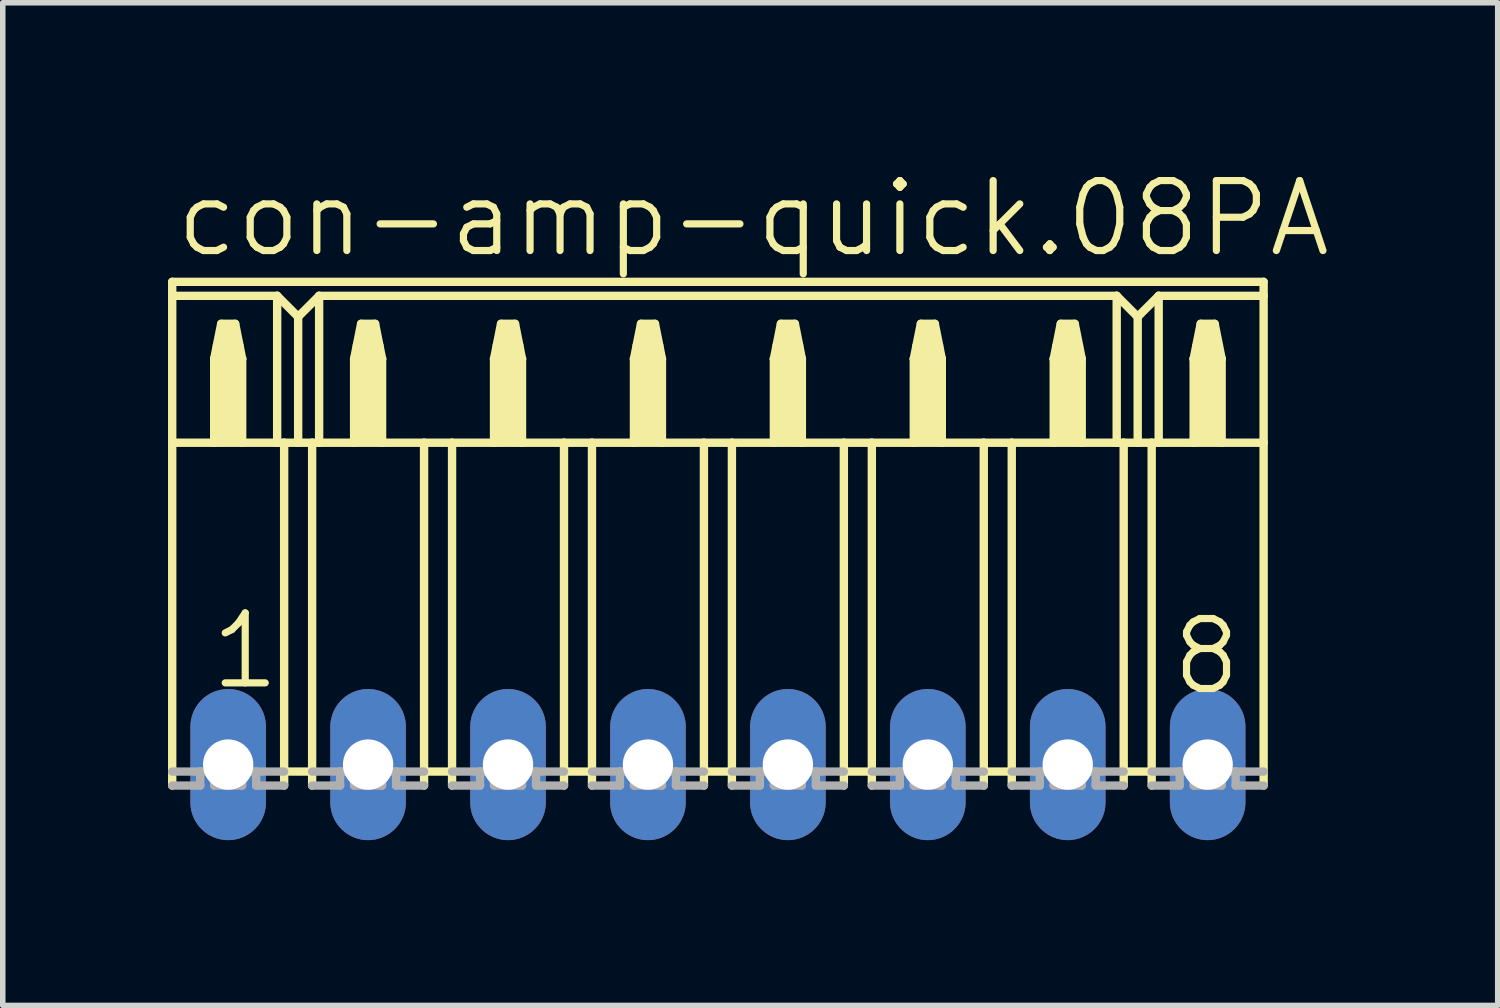
<source format=kicad_pcb>
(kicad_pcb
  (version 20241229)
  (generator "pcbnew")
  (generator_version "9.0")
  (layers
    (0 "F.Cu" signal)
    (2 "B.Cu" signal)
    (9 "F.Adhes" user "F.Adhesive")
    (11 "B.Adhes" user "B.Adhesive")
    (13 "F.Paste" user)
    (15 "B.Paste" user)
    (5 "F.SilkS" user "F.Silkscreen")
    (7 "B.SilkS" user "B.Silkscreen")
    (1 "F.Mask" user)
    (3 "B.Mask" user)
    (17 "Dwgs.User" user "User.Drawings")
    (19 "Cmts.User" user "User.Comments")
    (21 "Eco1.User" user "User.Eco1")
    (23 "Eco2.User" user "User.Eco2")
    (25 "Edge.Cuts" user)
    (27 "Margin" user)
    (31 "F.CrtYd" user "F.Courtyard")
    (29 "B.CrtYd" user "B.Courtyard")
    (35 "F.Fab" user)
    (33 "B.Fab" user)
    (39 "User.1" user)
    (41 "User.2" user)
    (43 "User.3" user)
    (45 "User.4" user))
  (footprint "con-amp-quick.08PA"
    (layer "F.Cu")
    (at 9.982 10.829)
    (property "Reference" "con-amp-quick.08PA" (at -9.906 -9.169 0) (layer "F.SilkS") (effects (font (size 1.27 1.27) (thickness 0.13)) (justify left bottom)))
    (attr through_hole)
    (fp_line (start -9.906 -8.763) (end -9.906 -8.509) (stroke (width 0.152) (type default)) (layer "F.SilkS"))
    (fp_line (start -9.906 -8.763) (end 9.906 -8.763) (stroke (width 0.152) (type default)) (layer "F.SilkS"))
    (fp_line (start -9.906 -8.509) (end -9.906 -5.842) (stroke (width 0.152) (type default)) (layer "F.SilkS"))
    (fp_line (start -9.906 -8.509) (end -8.001 -8.509) (stroke (width 0.152) (type default)) (layer "F.SilkS"))
    (fp_line (start -9.906 -5.842) (end -9.906 0.381) (stroke (width 0.152) (type default)) (layer "F.SilkS"))
    (fp_line (start -9.906 -5.842) (end -9.144 -5.842) (stroke (width 0.152) (type default)) (layer "F.SilkS"))
    (fp_line (start -9.144 -7.366) (end -9.144 -5.842) (stroke (width 0.152) (type default)) (layer "F.SilkS"))
    (fp_line (start -9.144 -7.366) (end -9.017 -8.001) (stroke (width 0.152) (type default)) (layer "F.SilkS"))
    (fp_line (start -9.144 -5.842) (end -8.636 -5.842) (stroke (width 0.152) (type default)) (layer "F.SilkS"))
    (fp_line (start -9.017 -8.001) (end -8.763 -8.001) (stroke (width 0.152) (type default)) (layer "F.SilkS"))
    (fp_line (start -8.763 -8.001) (end -8.636 -7.366) (stroke (width 0.152) (type default)) (layer "F.SilkS"))
    (fp_line (start -8.636 -7.366) (end -9.144 -7.366) (stroke (width 0.152) (type default)) (layer "F.SilkS"))
    (fp_line (start -8.636 -7.366) (end -8.636 -5.842) (stroke (width 0.152) (type default)) (layer "F.SilkS"))
    (fp_line (start -8.636 -5.842) (end -8.001 -5.842) (stroke (width 0.152) (type default)) (layer "F.SilkS"))
    (fp_line (start -8.001 -8.509) (end -8.001 -5.842) (stroke (width 0.152) (type default)) (layer "F.SilkS"))
    (fp_line (start -8.001 -8.509) (end -7.62 -8.128) (stroke (width 0.152) (type default)) (layer "F.SilkS"))
    (fp_line (start -8.001 -5.842) (end -7.874 -5.842) (stroke (width 0.152) (type default)) (layer "F.SilkS"))
    (fp_line (start -7.874 -5.842) (end -7.874 0.127) (stroke (width 0.152) (type default)) (layer "F.SilkS"))
    (fp_line (start -7.874 -5.842) (end -7.62 -5.842) (stroke (width 0.152) (type default)) (layer "F.SilkS"))
    (fp_line (start -7.874 0.127) (end -7.874 0.381) (stroke (width 0.152) (type default)) (layer "F.SilkS"))
    (fp_line (start -7.62 -8.128) (end -7.62 -5.842) (stroke (width 0.152) (type default)) (layer "F.SilkS"))
    (fp_line (start -7.62 -8.128) (end -7.239 -8.509) (stroke (width 0.152) (type default)) (layer "F.SilkS"))
    (fp_line (start -7.62 -5.842) (end -7.366 -5.842) (stroke (width 0.152) (type default)) (layer "F.SilkS"))
    (fp_line (start -7.366 -5.842) (end -7.366 0.127) (stroke (width 0.152) (type default)) (layer "F.SilkS"))
    (fp_line (start -7.366 -5.842) (end -7.239 -5.842) (stroke (width 0.152) (type default)) (layer "F.SilkS"))
    (fp_line (start -7.366 0.127) (end -7.874 0.127) (stroke (width 0.152) (type default)) (layer "F.SilkS"))
    (fp_line (start -7.366 0.127) (end -7.366 0.381) (stroke (width 0.152) (type default)) (layer "F.SilkS"))
    (fp_line (start -7.239 -8.509) (end -7.239 -5.842) (stroke (width 0.152) (type default)) (layer "F.SilkS"))
    (fp_line (start -7.239 -8.509) (end 7.239 -8.509) (stroke (width 0.152) (type default)) (layer "F.SilkS"))
    (fp_line (start -7.239 -5.842) (end -6.604 -5.842) (stroke (width 0.152) (type default)) (layer "F.SilkS"))
    (fp_line (start -6.604 -7.366) (end -6.604 -5.842) (stroke (width 0.152) (type default)) (layer "F.SilkS"))
    (fp_line (start -6.604 -7.366) (end -6.477 -8.001) (stroke (width 0.152) (type default)) (layer "F.SilkS"))
    (fp_line (start -6.604 -5.842) (end -6.096 -5.842) (stroke (width 0.152) (type default)) (layer "F.SilkS"))
    (fp_line (start -6.477 -8.001) (end -6.223 -8.001) (stroke (width 0.152) (type default)) (layer "F.SilkS"))
    (fp_line (start -6.223 -8.001) (end -6.096 -7.366) (stroke (width 0.152) (type default)) (layer "F.SilkS"))
    (fp_line (start -6.096 -7.366) (end -6.604 -7.366) (stroke (width 0.152) (type default)) (layer "F.SilkS"))
    (fp_line (start -6.096 -7.366) (end -6.096 -5.842) (stroke (width 0.152) (type default)) (layer "F.SilkS"))
    (fp_line (start -6.096 -5.842) (end -5.334 -5.842) (stroke (width 0.152) (type default)) (layer "F.SilkS"))
    (fp_line (start -5.334 -5.842) (end -5.334 0.127) (stroke (width 0.152) (type default)) (layer "F.SilkS"))
    (fp_line (start -5.334 -5.842) (end -4.826 -5.842) (stroke (width 0.152) (type default)) (layer "F.SilkS"))
    (fp_line (start -5.334 0.127) (end -5.334 0.381) (stroke (width 0.152) (type default)) (layer "F.SilkS"))
    (fp_line (start -4.826 -5.842) (end -4.826 0.127) (stroke (width 0.152) (type default)) (layer "F.SilkS"))
    (fp_line (start -4.826 -5.842) (end -4.064 -5.842) (stroke (width 0.152) (type default)) (layer "F.SilkS"))
    (fp_line (start -4.826 0.127) (end -5.334 0.127) (stroke (width 0.152) (type default)) (layer "F.SilkS"))
    (fp_line (start -4.826 0.127) (end -4.826 0.381) (stroke (width 0.152) (type default)) (layer "F.SilkS"))
    (fp_line (start -4.064 -7.366) (end -4.064 -5.842) (stroke (width 0.152) (type default)) (layer "F.SilkS"))
    (fp_line (start -4.064 -7.366) (end -3.937 -8.001) (stroke (width 0.152) (type default)) (layer "F.SilkS"))
    (fp_line (start -4.064 -5.842) (end -3.556 -5.842) (stroke (width 0.152) (type default)) (layer "F.SilkS"))
    (fp_line (start -3.937 -8.001) (end -3.683 -8.001) (stroke (width 0.152) (type default)) (layer "F.SilkS"))
    (fp_line (start -3.683 -8.001) (end -3.556 -7.366) (stroke (width 0.152) (type default)) (layer "F.SilkS"))
    (fp_line (start -3.556 -7.366) (end -4.064 -7.366) (stroke (width 0.152) (type default)) (layer "F.SilkS"))
    (fp_line (start -3.556 -7.366) (end -3.556 -5.842) (stroke (width 0.152) (type default)) (layer "F.SilkS"))
    (fp_line (start -3.556 -5.842) (end -2.794 -5.842) (stroke (width 0.152) (type default)) (layer "F.SilkS"))
    (fp_line (start -2.794 -5.842) (end -2.794 0.127) (stroke (width 0.152) (type default)) (layer "F.SilkS"))
    (fp_line (start -2.794 -5.842) (end -2.286 -5.842) (stroke (width 0.152) (type default)) (layer "F.SilkS"))
    (fp_line (start -2.794 0.127) (end -2.794 0.381) (stroke (width 0.152) (type default)) (layer "F.SilkS"))
    (fp_line (start -2.286 -5.842) (end -2.286 0.127) (stroke (width 0.152) (type default)) (layer "F.SilkS"))
    (fp_line (start -2.286 -5.842) (end -1.524 -5.842) (stroke (width 0.152) (type default)) (layer "F.SilkS"))
    (fp_line (start -2.286 0.127) (end -2.794 0.127) (stroke (width 0.152) (type default)) (layer "F.SilkS"))
    (fp_line (start -2.286 0.127) (end -2.286 0.381) (stroke (width 0.152) (type default)) (layer "F.SilkS"))
    (fp_line (start -1.524 -7.366) (end -1.524 -5.842) (stroke (width 0.152) (type default)) (layer "F.SilkS"))
    (fp_line (start -1.524 -7.366) (end -1.397 -8.001) (stroke (width 0.152) (type default)) (layer "F.SilkS"))
    (fp_line (start -1.524 -5.842) (end -1.016 -5.842) (stroke (width 0.152) (type default)) (layer "F.SilkS"))
    (fp_line (start -1.397 -8.001) (end -1.143 -8.001) (stroke (width 0.152) (type default)) (layer "F.SilkS"))
    (fp_line (start -1.143 -8.001) (end -1.016 -7.366) (stroke (width 0.152) (type default)) (layer "F.SilkS"))
    (fp_line (start -1.016 -7.366) (end -1.524 -7.366) (stroke (width 0.152) (type default)) (layer "F.SilkS"))
    (fp_line (start -1.016 -7.366) (end -1.016 -5.842) (stroke (width 0.152) (type default)) (layer "F.SilkS"))
    (fp_line (start -1.016 -5.842) (end -0.254 -5.842) (stroke (width 0.152) (type default)) (layer "F.SilkS"))
    (fp_line (start -0.254 -5.842) (end -0.254 0.127) (stroke (width 0.152) (type default)) (layer "F.SilkS"))
    (fp_line (start -0.254 -5.842) (end 0.254 -5.842) (stroke (width 0.152) (type default)) (layer "F.SilkS"))
    (fp_line (start -0.254 0.127) (end -0.254 0.381) (stroke (width 0.152) (type default)) (layer "F.SilkS"))
    (fp_line (start 0.254 -5.842) (end 0.254 0.127) (stroke (width 0.152) (type default)) (layer "F.SilkS"))
    (fp_line (start 0.254 -5.842) (end 1.016 -5.842) (stroke (width 0.152) (type default)) (layer "F.SilkS"))
    (fp_line (start 0.254 0.127) (end -0.254 0.127) (stroke (width 0.152) (type default)) (layer "F.SilkS"))
    (fp_line (start 0.254 0.127) (end 0.254 0.381) (stroke (width 0.152) (type default)) (layer "F.SilkS"))
    (fp_line (start 1.016 -7.366) (end 1.016 -5.842) (stroke (width 0.152) (type default)) (layer "F.SilkS"))
    (fp_line (start 1.016 -7.366) (end 1.143 -8.001) (stroke (width 0.152) (type default)) (layer "F.SilkS"))
    (fp_line (start 1.016 -5.842) (end 1.524 -5.842) (stroke (width 0.152) (type default)) (layer "F.SilkS"))
    (fp_line (start 1.143 -8.001) (end 1.397 -8.001) (stroke (width 0.152) (type default)) (layer "F.SilkS"))
    (fp_line (start 1.397 -8.001) (end 1.524 -7.366) (stroke (width 0.152) (type default)) (layer "F.SilkS"))
    (fp_line (start 1.524 -7.366) (end 1.016 -7.366) (stroke (width 0.152) (type default)) (layer "F.SilkS"))
    (fp_line (start 1.524 -7.366) (end 1.524 -5.842) (stroke (width 0.152) (type default)) (layer "F.SilkS"))
    (fp_line (start 1.524 -5.842) (end 2.286 -5.842) (stroke (width 0.152) (type default)) (layer "F.SilkS"))
    (fp_line (start 2.286 -5.842) (end 2.286 0.127) (stroke (width 0.152) (type default)) (layer "F.SilkS"))
    (fp_line (start 2.286 -5.842) (end 2.794 -5.842) (stroke (width 0.152) (type default)) (layer "F.SilkS"))
    (fp_line (start 2.286 0.127) (end 2.286 0.381) (stroke (width 0.152) (type default)) (layer "F.SilkS"))
    (fp_line (start 2.794 -5.842) (end 2.794 0.127) (stroke (width 0.152) (type default)) (layer "F.SilkS"))
    (fp_line (start 2.794 -5.842) (end 3.556 -5.842) (stroke (width 0.152) (type default)) (layer "F.SilkS"))
    (fp_line (start 2.794 0.127) (end 2.286 0.127) (stroke (width 0.152) (type default)) (layer "F.SilkS"))
    (fp_line (start 2.794 0.127) (end 2.794 0.381) (stroke (width 0.152) (type default)) (layer "F.SilkS"))
    (fp_line (start 3.556 -7.366) (end 3.556 -5.842) (stroke (width 0.152) (type default)) (layer "F.SilkS"))
    (fp_line (start 3.556 -7.366) (end 3.683 -8.001) (stroke (width 0.152) (type default)) (layer "F.SilkS"))
    (fp_line (start 3.556 -5.842) (end 4.064 -5.842) (stroke (width 0.152) (type default)) (layer "F.SilkS"))
    (fp_line (start 3.683 -8.001) (end 3.937 -8.001) (stroke (width 0.152) (type default)) (layer "F.SilkS"))
    (fp_line (start 3.937 -8.001) (end 4.064 -7.366) (stroke (width 0.152) (type default)) (layer "F.SilkS"))
    (fp_line (start 4.064 -7.366) (end 3.556 -7.366) (stroke (width 0.152) (type default)) (layer "F.SilkS"))
    (fp_line (start 4.064 -7.366) (end 4.064 -5.842) (stroke (width 0.152) (type default)) (layer "F.SilkS"))
    (fp_line (start 4.064 -5.842) (end 4.826 -5.842) (stroke (width 0.152) (type default)) (layer "F.SilkS"))
    (fp_line (start 4.826 -5.842) (end 4.826 0.127) (stroke (width 0.152) (type default)) (layer "F.SilkS"))
    (fp_line (start 4.826 -5.842) (end 5.334 -5.842) (stroke (width 0.152) (type default)) (layer "F.SilkS"))
    (fp_line (start 4.826 0.127) (end 4.826 0.381) (stroke (width 0.152) (type default)) (layer "F.SilkS"))
    (fp_line (start 5.334 -5.842) (end 5.334 0.127) (stroke (width 0.152) (type default)) (layer "F.SilkS"))
    (fp_line (start 5.334 -5.842) (end 6.096 -5.842) (stroke (width 0.152) (type default)) (layer "F.SilkS"))
    (fp_line (start 5.334 0.127) (end 4.826 0.127) (stroke (width 0.152) (type default)) (layer "F.SilkS"))
    (fp_line (start 5.334 0.127) (end 5.334 0.381) (stroke (width 0.152) (type default)) (layer "F.SilkS"))
    (fp_line (start 6.096 -7.366) (end 6.096 -5.842) (stroke (width 0.152) (type default)) (layer "F.SilkS"))
    (fp_line (start 6.096 -7.366) (end 6.223 -8.001) (stroke (width 0.152) (type default)) (layer "F.SilkS"))
    (fp_line (start 6.096 -5.842) (end 6.604 -5.842) (stroke (width 0.152) (type default)) (layer "F.SilkS"))
    (fp_line (start 6.223 -8.001) (end 6.477 -8.001) (stroke (width 0.152) (type default)) (layer "F.SilkS"))
    (fp_line (start 6.477 -8.001) (end 6.604 -7.366) (stroke (width 0.152) (type default)) (layer "F.SilkS"))
    (fp_line (start 6.604 -7.366) (end 6.096 -7.366) (stroke (width 0.152) (type default)) (layer "F.SilkS"))
    (fp_line (start 6.604 -7.366) (end 6.604 -5.842) (stroke (width 0.152) (type default)) (layer "F.SilkS"))
    (fp_line (start 6.604 -5.842) (end 7.239 -5.842) (stroke (width 0.152) (type default)) (layer "F.SilkS"))
    (fp_line (start 7.239 -8.509) (end 7.239 -5.842) (stroke (width 0.152) (type default)) (layer "F.SilkS"))
    (fp_line (start 7.239 -8.509) (end 7.62 -8.128) (stroke (width 0.152) (type default)) (layer "F.SilkS"))
    (fp_line (start 7.239 -5.842) (end 7.366 -5.842) (stroke (width 0.152) (type default)) (layer "F.SilkS"))
    (fp_line (start 7.366 -5.842) (end 7.366 0.127) (stroke (width 0.152) (type default)) (layer "F.SilkS"))
    (fp_line (start 7.366 -5.842) (end 7.62 -5.842) (stroke (width 0.152) (type default)) (layer "F.SilkS"))
    (fp_line (start 7.366 0.127) (end 7.366 0.381) (stroke (width 0.152) (type default)) (layer "F.SilkS"))
    (fp_line (start 7.62 -8.128) (end 7.62 -5.842) (stroke (width 0.152) (type default)) (layer "F.SilkS"))
    (fp_line (start 7.62 -8.128) (end 8.001 -8.509) (stroke (width 0.152) (type default)) (layer "F.SilkS"))
    (fp_line (start 7.62 -5.842) (end 7.874 -5.842) (stroke (width 0.152) (type default)) (layer "F.SilkS"))
    (fp_line (start 7.874 -5.842) (end 7.874 0.127) (stroke (width 0.152) (type default)) (layer "F.SilkS"))
    (fp_line (start 7.874 -5.842) (end 8.001 -5.842) (stroke (width 0.152) (type default)) (layer "F.SilkS"))
    (fp_line (start 7.874 0.127) (end 7.366 0.127) (stroke (width 0.152) (type default)) (layer "F.SilkS"))
    (fp_line (start 7.874 0.127) (end 7.874 0.381) (stroke (width 0.152) (type default)) (layer "F.SilkS"))
    (fp_line (start 8.001 -8.509) (end 8.001 -5.842) (stroke (width 0.152) (type default)) (layer "F.SilkS"))
    (fp_line (start 8.001 -8.509) (end 9.906 -8.509) (stroke (width 0.152) (type default)) (layer "F.SilkS"))
    (fp_line (start 8.001 -5.842) (end 8.636 -5.842) (stroke (width 0.152) (type default)) (layer "F.SilkS"))
    (fp_line (start 8.636 -7.366) (end 8.636 -5.842) (stroke (width 0.152) (type default)) (layer "F.SilkS"))
    (fp_line (start 8.636 -7.366) (end 8.763 -8.001) (stroke (width 0.152) (type default)) (layer "F.SilkS"))
    (fp_line (start 8.636 -5.842) (end 9.144 -5.842) (stroke (width 0.152) (type default)) (layer "F.SilkS"))
    (fp_line (start 8.763 -8.001) (end 9.017 -8.001) (stroke (width 0.152) (type default)) (layer "F.SilkS"))
    (fp_line (start 9.017 -8.001) (end 9.144 -7.366) (stroke (width 0.152) (type default)) (layer "F.SilkS"))
    (fp_line (start 9.144 -7.366) (end 8.636 -7.366) (stroke (width 0.152) (type default)) (layer "F.SilkS"))
    (fp_line (start 9.144 -7.366) (end 9.144 -5.842) (stroke (width 0.152) (type default)) (layer "F.SilkS"))
    (fp_line (start 9.144 -5.842) (end 9.906 -5.842) (stroke (width 0.152) (type default)) (layer "F.SilkS"))
    (fp_line (start 9.906 -8.509) (end 9.906 -8.763) (stroke (width 0.152) (type default)) (layer "F.SilkS"))
    (fp_line (start 9.906 -5.842) (end 9.906 -8.509) (stroke (width 0.152) (type default)) (layer "F.SilkS"))
    (fp_line (start 9.906 -5.842) (end 9.906 0.381) (stroke (width 0.152) (type default)) (layer "F.SilkS"))
    (fp_rect (start -9.144 -7.366) (end -9.017 -7.62) (stroke (width 0.05) (type default)) (fill yes) (layer "F.SilkS"))
    (fp_rect (start -9.144 -5.842) (end -8.636 -7.366) (stroke (width 0.05) (type default)) (fill yes) (layer "F.SilkS"))
    (fp_rect (start -9.017 -7.366) (end -8.763 -8.001) (stroke (width 0.05) (type default)) (fill yes) (layer "F.SilkS"))
    (fp_rect (start -8.763 -7.366) (end -8.636 -7.62) (stroke (width 0.05) (type default)) (fill yes) (layer "F.SilkS"))
    (fp_rect (start -6.604 -7.366) (end -6.477 -7.62) (stroke (width 0.05) (type default)) (fill yes) (layer "F.SilkS"))
    (fp_rect (start -6.604 -5.842) (end -6.096 -7.366) (stroke (width 0.05) (type default)) (fill yes) (layer "F.SilkS"))
    (fp_rect (start -6.477 -7.366) (end -6.223 -8.001) (stroke (width 0.05) (type default)) (fill yes) (layer "F.SilkS"))
    (fp_rect (start -6.223 -7.366) (end -6.096 -7.62) (stroke (width 0.05) (type default)) (fill yes) (layer "F.SilkS"))
    (fp_rect (start -4.064 -7.366) (end -3.937 -7.62) (stroke (width 0.05) (type default)) (fill yes) (layer "F.SilkS"))
    (fp_rect (start -4.064 -5.842) (end -3.556 -7.366) (stroke (width 0.05) (type default)) (fill yes) (layer "F.SilkS"))
    (fp_rect (start -3.937 -7.366) (end -3.683 -8.001) (stroke (width 0.05) (type default)) (fill yes) (layer "F.SilkS"))
    (fp_rect (start -3.683 -7.366) (end -3.556 -7.62) (stroke (width 0.05) (type default)) (fill yes) (layer "F.SilkS"))
    (fp_rect (start -1.524 -7.366) (end -1.397 -7.62) (stroke (width 0.05) (type default)) (fill yes) (layer "F.SilkS"))
    (fp_rect (start -1.524 -5.842) (end -1.016 -7.366) (stroke (width 0.05) (type default)) (fill yes) (layer "F.SilkS"))
    (fp_rect (start -1.397 -7.366) (end -1.143 -8.001) (stroke (width 0.05) (type default)) (fill yes) (layer "F.SilkS"))
    (fp_rect (start -1.143 -7.366) (end -1.016 -7.62) (stroke (width 0.05) (type default)) (fill yes) (layer "F.SilkS"))
    (fp_rect (start 1.016 -7.366) (end 1.143 -7.62) (stroke (width 0.05) (type default)) (fill yes) (layer "F.SilkS"))
    (fp_rect (start 1.016 -5.842) (end 1.524 -7.366) (stroke (width 0.05) (type default)) (fill yes) (layer "F.SilkS"))
    (fp_rect (start 1.143 -7.366) (end 1.397 -8.001) (stroke (width 0.05) (type default)) (fill yes) (layer "F.SilkS"))
    (fp_rect (start 1.397 -7.366) (end 1.524 -7.62) (stroke (width 0.05) (type default)) (fill yes) (layer "F.SilkS"))
    (fp_rect (start 3.556 -7.366) (end 3.683 -7.62) (stroke (width 0.05) (type default)) (fill yes) (layer "F.SilkS"))
    (fp_rect (start 3.556 -5.842) (end 4.064 -7.366) (stroke (width 0.05) (type default)) (fill yes) (layer "F.SilkS"))
    (fp_rect (start 3.683 -7.366) (end 3.937 -8.001) (stroke (width 0.05) (type default)) (fill yes) (layer "F.SilkS"))
    (fp_rect (start 3.937 -7.366) (end 4.064 -7.62) (stroke (width 0.05) (type default)) (fill yes) (layer "F.SilkS"))
    (fp_rect (start 6.096 -7.366) (end 6.223 -7.62) (stroke (width 0.05) (type default)) (fill yes) (layer "F.SilkS"))
    (fp_rect (start 6.096 -5.842) (end 6.604 -7.366) (stroke (width 0.05) (type default)) (fill yes) (layer "F.SilkS"))
    (fp_rect (start 6.223 -7.366) (end 6.477 -8.001) (stroke (width 0.05) (type default)) (fill yes) (layer "F.SilkS"))
    (fp_rect (start 6.477 -7.366) (end 6.604 -7.62) (stroke (width 0.05) (type default)) (fill yes) (layer "F.SilkS"))
    (fp_rect (start 8.636 -7.366) (end 8.763 -7.62) (stroke (width 0.05) (type default)) (fill yes) (layer "F.SilkS"))
    (fp_rect (start 8.636 -5.842) (end 9.144 -7.366) (stroke (width 0.05) (type default)) (fill yes) (layer "F.SilkS"))
    (fp_rect (start 8.763 -7.366) (end 9.017 -8.001) (stroke (width 0.05) (type default)) (fill yes) (layer "F.SilkS"))
    (fp_rect (start 9.017 -7.366) (end 9.144 -7.62) (stroke (width 0.05) (type default)) (fill yes) (layer "F.SilkS"))
    (fp_line (start -9.906 0.127) (end -9.398 0.127) (stroke (width 0.152) (type default)) (layer "F.Fab"))
    (fp_line (start -9.398 0.381) (end -9.906 0.381) (stroke (width 0.152) (type default)) (layer "F.Fab"))
    (fp_line (start -9.398 0.381) (end -9.398 0.127) (stroke (width 0.152) (type default)) (layer "F.Fab"))
    (fp_line (start -9.144 0.127) (end -9.398 0.127) (stroke (width 0.152) (type default)) (layer "F.Fab"))
    (fp_line (start -9.144 0.381) (end -9.144 0.127) (stroke (width 0.152) (type default)) (layer "F.Fab"))
    (fp_line (start -8.636 0.381) (end -9.144 0.381) (stroke (width 0.152) (type default)) (layer "F.Fab"))
    (fp_line (start -8.636 0.381) (end -8.636 0.127) (stroke (width 0.152) (type default)) (layer "F.Fab"))
    (fp_line (start -8.382 0.127) (end -8.636 0.127) (stroke (width 0.152) (type default)) (layer "F.Fab"))
    (fp_line (start -8.382 0.381) (end -8.382 0.127) (stroke (width 0.152) (type default)) (layer "F.Fab"))
    (fp_line (start -7.874 0.127) (end -8.382 0.127) (stroke (width 0.152) (type default)) (layer "F.Fab"))
    (fp_line (start -7.874 0.381) (end -8.382 0.381) (stroke (width 0.152) (type default)) (layer "F.Fab"))
    (fp_line (start -7.366 0.127) (end -6.858 0.127) (stroke (width 0.152) (type default)) (layer "F.Fab"))
    (fp_line (start -6.858 0.381) (end -7.366 0.381) (stroke (width 0.152) (type default)) (layer "F.Fab"))
    (fp_line (start -6.858 0.381) (end -6.858 0.127) (stroke (width 0.152) (type default)) (layer "F.Fab"))
    (fp_line (start -6.604 0.127) (end -6.858 0.127) (stroke (width 0.152) (type default)) (layer "F.Fab"))
    (fp_line (start -6.604 0.381) (end -6.604 0.127) (stroke (width 0.152) (type default)) (layer "F.Fab"))
    (fp_line (start -6.096 0.381) (end -6.604 0.381) (stroke (width 0.152) (type default)) (layer "F.Fab"))
    (fp_line (start -6.096 0.381) (end -6.096 0.127) (stroke (width 0.152) (type default)) (layer "F.Fab"))
    (fp_line (start -5.842 0.127) (end -6.096 0.127) (stroke (width 0.152) (type default)) (layer "F.Fab"))
    (fp_line (start -5.842 0.381) (end -5.842 0.127) (stroke (width 0.152) (type default)) (layer "F.Fab"))
    (fp_line (start -5.334 0.127) (end -5.842 0.127) (stroke (width 0.152) (type default)) (layer "F.Fab"))
    (fp_line (start -5.334 0.381) (end -5.842 0.381) (stroke (width 0.152) (type default)) (layer "F.Fab"))
    (fp_line (start -4.826 0.127) (end -4.318 0.127) (stroke (width 0.152) (type default)) (layer "F.Fab"))
    (fp_line (start -4.318 0.381) (end -4.826 0.381) (stroke (width 0.152) (type default)) (layer "F.Fab"))
    (fp_line (start -4.318 0.381) (end -4.318 0.127) (stroke (width 0.152) (type default)) (layer "F.Fab"))
    (fp_line (start -4.064 0.127) (end -4.318 0.127) (stroke (width 0.152) (type default)) (layer "F.Fab"))
    (fp_line (start -4.064 0.381) (end -4.064 0.127) (stroke (width 0.152) (type default)) (layer "F.Fab"))
    (fp_line (start -3.556 0.381) (end -4.064 0.381) (stroke (width 0.152) (type default)) (layer "F.Fab"))
    (fp_line (start -3.556 0.381) (end -3.556 0.127) (stroke (width 0.152) (type default)) (layer "F.Fab"))
    (fp_line (start -3.302 0.127) (end -3.556 0.127) (stroke (width 0.152) (type default)) (layer "F.Fab"))
    (fp_line (start -3.302 0.381) (end -3.302 0.127) (stroke (width 0.152) (type default)) (layer "F.Fab"))
    (fp_line (start -2.794 0.127) (end -3.302 0.127) (stroke (width 0.152) (type default)) (layer "F.Fab"))
    (fp_line (start -2.794 0.381) (end -3.302 0.381) (stroke (width 0.152) (type default)) (layer "F.Fab"))
    (fp_line (start -2.286 0.127) (end -1.778 0.127) (stroke (width 0.152) (type default)) (layer "F.Fab"))
    (fp_line (start -1.778 0.381) (end -2.286 0.381) (stroke (width 0.152) (type default)) (layer "F.Fab"))
    (fp_line (start -1.778 0.381) (end -1.778 0.127) (stroke (width 0.152) (type default)) (layer "F.Fab"))
    (fp_line (start -1.524 0.127) (end -1.778 0.127) (stroke (width 0.152) (type default)) (layer "F.Fab"))
    (fp_line (start -1.524 0.381) (end -1.524 0.127) (stroke (width 0.152) (type default)) (layer "F.Fab"))
    (fp_line (start -1.016 0.381) (end -1.524 0.381) (stroke (width 0.152) (type default)) (layer "F.Fab"))
    (fp_line (start -1.016 0.381) (end -1.016 0.127) (stroke (width 0.152) (type default)) (layer "F.Fab"))
    (fp_line (start -0.762 0.127) (end -1.016 0.127) (stroke (width 0.152) (type default)) (layer "F.Fab"))
    (fp_line (start -0.762 0.381) (end -0.762 0.127) (stroke (width 0.152) (type default)) (layer "F.Fab"))
    (fp_line (start -0.254 0.127) (end -0.762 0.127) (stroke (width 0.152) (type default)) (layer "F.Fab"))
    (fp_line (start -0.254 0.381) (end -0.762 0.381) (stroke (width 0.152) (type default)) (layer "F.Fab"))
    (fp_line (start 0.254 0.127) (end 0.762 0.127) (stroke (width 0.152) (type default)) (layer "F.Fab"))
    (fp_line (start 0.762 0.381) (end 0.254 0.381) (stroke (width 0.152) (type default)) (layer "F.Fab"))
    (fp_line (start 0.762 0.381) (end 0.762 0.127) (stroke (width 0.152) (type default)) (layer "F.Fab"))
    (fp_line (start 1.016 0.127) (end 0.762 0.127) (stroke (width 0.152) (type default)) (layer "F.Fab"))
    (fp_line (start 1.016 0.381) (end 1.016 0.127) (stroke (width 0.152) (type default)) (layer "F.Fab"))
    (fp_line (start 1.524 0.381) (end 1.016 0.381) (stroke (width 0.152) (type default)) (layer "F.Fab"))
    (fp_line (start 1.524 0.381) (end 1.524 0.127) (stroke (width 0.152) (type default)) (layer "F.Fab"))
    (fp_line (start 1.778 0.127) (end 1.524 0.127) (stroke (width 0.152) (type default)) (layer "F.Fab"))
    (fp_line (start 1.778 0.381) (end 1.778 0.127) (stroke (width 0.152) (type default)) (layer "F.Fab"))
    (fp_line (start 2.286 0.127) (end 1.778 0.127) (stroke (width 0.152) (type default)) (layer "F.Fab"))
    (fp_line (start 2.286 0.381) (end 1.778 0.381) (stroke (width 0.152) (type default)) (layer "F.Fab"))
    (fp_line (start 2.794 0.127) (end 3.302 0.127) (stroke (width 0.152) (type default)) (layer "F.Fab"))
    (fp_line (start 3.302 0.381) (end 2.794 0.381) (stroke (width 0.152) (type default)) (layer "F.Fab"))
    (fp_line (start 3.302 0.381) (end 3.302 0.127) (stroke (width 0.152) (type default)) (layer "F.Fab"))
    (fp_line (start 3.556 0.127) (end 3.302 0.127) (stroke (width 0.152) (type default)) (layer "F.Fab"))
    (fp_line (start 3.556 0.381) (end 3.556 0.127) (stroke (width 0.152) (type default)) (layer "F.Fab"))
    (fp_line (start 4.064 0.381) (end 3.556 0.381) (stroke (width 0.152) (type default)) (layer "F.Fab"))
    (fp_line (start 4.064 0.381) (end 4.064 0.127) (stroke (width 0.152) (type default)) (layer "F.Fab"))
    (fp_line (start 4.318 0.127) (end 4.064 0.127) (stroke (width 0.152) (type default)) (layer "F.Fab"))
    (fp_line (start 4.318 0.381) (end 4.318 0.127) (stroke (width 0.152) (type default)) (layer "F.Fab"))
    (fp_line (start 4.826 0.127) (end 4.318 0.127) (stroke (width 0.152) (type default)) (layer "F.Fab"))
    (fp_line (start 4.826 0.381) (end 4.318 0.381) (stroke (width 0.152) (type default)) (layer "F.Fab"))
    (fp_line (start 5.334 0.127) (end 5.842 0.127) (stroke (width 0.152) (type default)) (layer "F.Fab"))
    (fp_line (start 5.842 0.381) (end 5.334 0.381) (stroke (width 0.152) (type default)) (layer "F.Fab"))
    (fp_line (start 5.842 0.381) (end 5.842 0.127) (stroke (width 0.152) (type default)) (layer "F.Fab"))
    (fp_line (start 6.096 0.127) (end 5.842 0.127) (stroke (width 0.152) (type default)) (layer "F.Fab"))
    (fp_line (start 6.096 0.381) (end 6.096 0.127) (stroke (width 0.152) (type default)) (layer "F.Fab"))
    (fp_line (start 6.604 0.381) (end 6.096 0.381) (stroke (width 0.152) (type default)) (layer "F.Fab"))
    (fp_line (start 6.604 0.381) (end 6.604 0.127) (stroke (width 0.152) (type default)) (layer "F.Fab"))
    (fp_line (start 6.858 0.127) (end 6.604 0.127) (stroke (width 0.152) (type default)) (layer "F.Fab"))
    (fp_line (start 6.858 0.381) (end 6.858 0.127) (stroke (width 0.152) (type default)) (layer "F.Fab"))
    (fp_line (start 7.366 0.127) (end 6.858 0.127) (stroke (width 0.152) (type default)) (layer "F.Fab"))
    (fp_line (start 7.366 0.381) (end 6.858 0.381) (stroke (width 0.152) (type default)) (layer "F.Fab"))
    (fp_line (start 7.874 0.127) (end 8.382 0.127) (stroke (width 0.152) (type default)) (layer "F.Fab"))
    (fp_line (start 8.382 0.381) (end 7.874 0.381) (stroke (width 0.152) (type default)) (layer "F.Fab"))
    (fp_line (start 8.382 0.381) (end 8.382 0.127) (stroke (width 0.152) (type default)) (layer "F.Fab"))
    (fp_line (start 8.636 0.127) (end 8.382 0.127) (stroke (width 0.152) (type default)) (layer "F.Fab"))
    (fp_line (start 8.636 0.381) (end 8.636 0.127) (stroke (width 0.152) (type default)) (layer "F.Fab"))
    (fp_line (start 9.144 0.381) (end 8.636 0.381) (stroke (width 0.152) (type default)) (layer "F.Fab"))
    (fp_line (start 9.144 0.381) (end 9.144 0.127) (stroke (width 0.152) (type default)) (layer "F.Fab"))
    (fp_line (start 9.398 0.127) (end 9.144 0.127) (stroke (width 0.152) (type default)) (layer "F.Fab"))
    (fp_line (start 9.398 0.381) (end 9.398 0.127) (stroke (width 0.152) (type default)) (layer "F.Fab"))
    (fp_line (start 9.906 0.127) (end 9.398 0.127) (stroke (width 0.152) (type default)) (layer "F.Fab"))
    (fp_line (start 9.906 0.381) (end 9.398 0.381) (stroke (width 0.152) (type default)) (layer "F.Fab"))
    (fp_text user "8" (at 8.179 -1.219 0) (layer "F.SilkS") (effects (font (size 1.27 1.27) (thickness 0.13)) (justify left bottom)))
    (fp_text user "1" (at -9.271 -1.321 0) (layer "F.SilkS") (effects (font (size 1.27 1.27) (thickness 0.13)) (justify left bottom)))
    (pad "1" thru_hole oval (at -8.89 0 90) (size 2.743 1.372) (drill 0.914) (layers "*.Cu" "*.Mask"))
    (pad "2" thru_hole oval (at -6.35 0 90) (size 2.743 1.372) (drill 0.914) (layers "*.Cu" "*.Mask"))
    (pad "3" thru_hole oval (at -3.81 0 90) (size 2.743 1.372) (drill 0.914) (layers "*.Cu" "*.Mask"))
    (pad "4" thru_hole oval (at -1.27 0 90) (size 2.743 1.372) (drill 0.914) (layers "*.Cu" "*.Mask"))
    (pad "5" thru_hole oval (at 1.27 0 90) (size 2.743 1.372) (drill 0.914) (layers "*.Cu" "*.Mask"))
    (pad "6" thru_hole oval (at 3.81 0 90) (size 2.743 1.372) (drill 0.914) (layers "*.Cu" "*.Mask"))
    (pad "7" thru_hole oval (at 6.35 0 90) (size 2.743 1.372) (drill 0.914) (layers "*.Cu" "*.Mask"))
    (pad "8" thru_hole oval (at 8.89 0 90) (size 2.743 1.372) (drill 0.914) (layers "*.Cu" "*.Mask")))
  (gr_rect
    (start -3 -3)
    (end 24.137 15.201)
    (stroke (width 0.1) (type default))
    (fill no)
    (layer "Edge.Cuts")))
</source>
